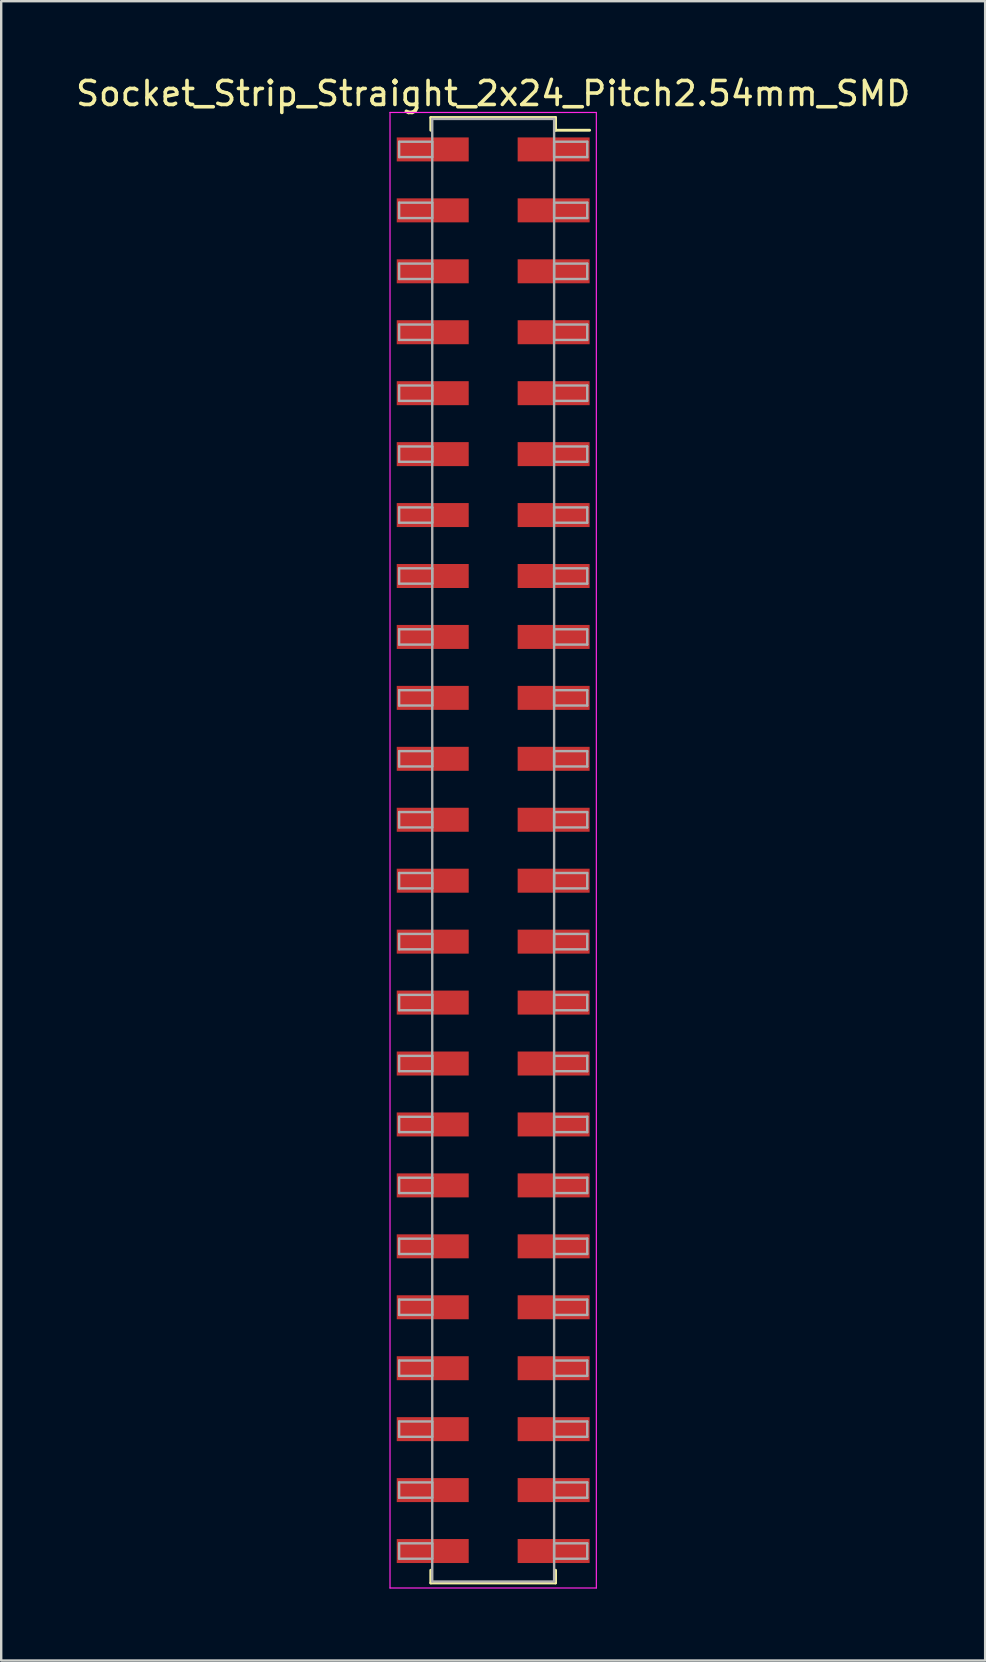
<source format=kicad_pcb>
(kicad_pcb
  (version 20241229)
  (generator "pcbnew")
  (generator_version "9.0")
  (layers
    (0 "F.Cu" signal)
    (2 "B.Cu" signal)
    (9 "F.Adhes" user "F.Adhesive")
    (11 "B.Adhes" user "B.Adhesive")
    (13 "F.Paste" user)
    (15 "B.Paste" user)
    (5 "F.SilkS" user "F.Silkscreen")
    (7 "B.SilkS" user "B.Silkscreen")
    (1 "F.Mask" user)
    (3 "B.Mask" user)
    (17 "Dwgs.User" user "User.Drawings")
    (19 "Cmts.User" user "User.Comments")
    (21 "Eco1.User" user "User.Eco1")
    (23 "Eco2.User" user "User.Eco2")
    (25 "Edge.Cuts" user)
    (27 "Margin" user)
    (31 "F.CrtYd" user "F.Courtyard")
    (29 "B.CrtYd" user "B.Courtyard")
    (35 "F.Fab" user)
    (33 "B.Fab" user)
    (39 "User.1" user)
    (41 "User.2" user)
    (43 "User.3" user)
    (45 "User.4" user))
  (footprint "Socket_Strip_Straight_2x24_Pitch2.54mm_SMD"
    (layer "F.Cu")
    (at 17.506 32.388)
    (property "Reference" "Socket_Strip_Straight_2x24_Pitch2.54mm_SMD" (at 0 -31.54 0) (layer "F.SilkS") (effects (font (size 1 1) (thickness 0.15))))
    (attr smd)
    (fp_line (start -2.6 -30.54) (end 2.6 -30.54) (stroke (width 0.12) (type solid)) (layer "F.SilkS"))
    (fp_line (start -2.6 -30.01) (end -2.6 -30.54) (stroke (width 0.12) (type solid)) (layer "F.SilkS"))
    (fp_line (start -2.6 30.01) (end -2.6 30.54) (stroke (width 0.12) (type solid)) (layer "F.SilkS"))
    (fp_line (start -2.6 30.54) (end 2.6 30.54) (stroke (width 0.12) (type solid)) (layer "F.SilkS"))
    (fp_line (start 2.6 -30.54) (end 2.6 -30.01) (stroke (width 0.12) (type solid)) (layer "F.SilkS"))
    (fp_line (start 2.6 30.54) (end 2.6 30.01) (stroke (width 0.12) (type solid)) (layer "F.SilkS"))
    (fp_line (start 4.02 -30.01) (end 2.6 -30.01) (stroke (width 0.12) (type solid)) (layer "F.SilkS"))
    (fp_line (start -4.3 -30.75) (end -4.3 30.75) (stroke (width 0.05) (type solid)) (layer "F.CrtYd"))
    (fp_line (start -4.3 30.75) (end 4.3 30.75) (stroke (width 0.05) (type solid)) (layer "F.CrtYd"))
    (fp_line (start 4.3 -30.75) (end -4.3 -30.75) (stroke (width 0.05) (type solid)) (layer "F.CrtYd"))
    (fp_line (start 4.3 30.75) (end 4.3 -30.75) (stroke (width 0.05) (type solid)) (layer "F.CrtYd"))
    (fp_line (start -3.92 -29.53) (end -2.54 -29.53) (stroke (width 0.1) (type solid)) (layer "F.Fab"))
    (fp_line (start -3.92 -28.89) (end -3.92 -29.53) (stroke (width 0.1) (type solid)) (layer "F.Fab"))
    (fp_line (start -3.92 -26.99) (end -2.54 -26.99) (stroke (width 0.1) (type solid)) (layer "F.Fab"))
    (fp_line (start -3.92 -26.35) (end -3.92 -26.99) (stroke (width 0.1) (type solid)) (layer "F.Fab"))
    (fp_line (start -3.92 -24.45) (end -2.54 -24.45) (stroke (width 0.1) (type solid)) (layer "F.Fab"))
    (fp_line (start -3.92 -23.81) (end -3.92 -24.45) (stroke (width 0.1) (type solid)) (layer "F.Fab"))
    (fp_line (start -3.92 -21.91) (end -2.54 -21.91) (stroke (width 0.1) (type solid)) (layer "F.Fab"))
    (fp_line (start -3.92 -21.27) (end -3.92 -21.91) (stroke (width 0.1) (type solid)) (layer "F.Fab"))
    (fp_line (start -3.92 -19.37) (end -2.54 -19.37) (stroke (width 0.1) (type solid)) (layer "F.Fab"))
    (fp_line (start -3.92 -18.73) (end -3.92 -19.37) (stroke (width 0.1) (type solid)) (layer "F.Fab"))
    (fp_line (start -3.92 -16.83) (end -2.54 -16.83) (stroke (width 0.1) (type solid)) (layer "F.Fab"))
    (fp_line (start -3.92 -16.19) (end -3.92 -16.83) (stroke (width 0.1) (type solid)) (layer "F.Fab"))
    (fp_line (start -3.92 -14.29) (end -2.54 -14.29) (stroke (width 0.1) (type solid)) (layer "F.Fab"))
    (fp_line (start -3.92 -13.65) (end -3.92 -14.29) (stroke (width 0.1) (type solid)) (layer "F.Fab"))
    (fp_line (start -3.92 -11.75) (end -2.54 -11.75) (stroke (width 0.1) (type solid)) (layer "F.Fab"))
    (fp_line (start -3.92 -11.11) (end -3.92 -11.75) (stroke (width 0.1) (type solid)) (layer "F.Fab"))
    (fp_line (start -3.92 -9.21) (end -2.54 -9.21) (stroke (width 0.1) (type solid)) (layer "F.Fab"))
    (fp_line (start -3.92 -8.57) (end -3.92 -9.21) (stroke (width 0.1) (type solid)) (layer "F.Fab"))
    (fp_line (start -3.92 -6.67) (end -2.54 -6.67) (stroke (width 0.1) (type solid)) (layer "F.Fab"))
    (fp_line (start -3.92 -6.03) (end -3.92 -6.67) (stroke (width 0.1) (type solid)) (layer "F.Fab"))
    (fp_line (start -3.92 -4.13) (end -2.54 -4.13) (stroke (width 0.1) (type solid)) (layer "F.Fab"))
    (fp_line (start -3.92 -3.49) (end -3.92 -4.13) (stroke (width 0.1) (type solid)) (layer "F.Fab"))
    (fp_line (start -3.92 -1.59) (end -2.54 -1.59) (stroke (width 0.1) (type solid)) (layer "F.Fab"))
    (fp_line (start -3.92 -0.95) (end -3.92 -1.59) (stroke (width 0.1) (type solid)) (layer "F.Fab"))
    (fp_line (start -3.92 0.95) (end -2.54 0.95) (stroke (width 0.1) (type solid)) (layer "F.Fab"))
    (fp_line (start -3.92 1.59) (end -3.92 0.95) (stroke (width 0.1) (type solid)) (layer "F.Fab"))
    (fp_line (start -3.92 3.49) (end -2.54 3.49) (stroke (width 0.1) (type solid)) (layer "F.Fab"))
    (fp_line (start -3.92 4.13) (end -3.92 3.49) (stroke (width 0.1) (type solid)) (layer "F.Fab"))
    (fp_line (start -3.92 6.03) (end -2.54 6.03) (stroke (width 0.1) (type solid)) (layer "F.Fab"))
    (fp_line (start -3.92 6.67) (end -3.92 6.03) (stroke (width 0.1) (type solid)) (layer "F.Fab"))
    (fp_line (start -3.92 8.57) (end -2.54 8.57) (stroke (width 0.1) (type solid)) (layer "F.Fab"))
    (fp_line (start -3.92 9.21) (end -3.92 8.57) (stroke (width 0.1) (type solid)) (layer "F.Fab"))
    (fp_line (start -3.92 11.11) (end -2.54 11.11) (stroke (width 0.1) (type solid)) (layer "F.Fab"))
    (fp_line (start -3.92 11.75) (end -3.92 11.11) (stroke (width 0.1) (type solid)) (layer "F.Fab"))
    (fp_line (start -3.92 13.65) (end -2.54 13.65) (stroke (width 0.1) (type solid)) (layer "F.Fab"))
    (fp_line (start -3.92 14.29) (end -3.92 13.65) (stroke (width 0.1) (type solid)) (layer "F.Fab"))
    (fp_line (start -3.92 16.19) (end -2.54 16.19) (stroke (width 0.1) (type solid)) (layer "F.Fab"))
    (fp_line (start -3.92 16.83) (end -3.92 16.19) (stroke (width 0.1) (type solid)) (layer "F.Fab"))
    (fp_line (start -3.92 18.73) (end -2.54 18.73) (stroke (width 0.1) (type solid)) (layer "F.Fab"))
    (fp_line (start -3.92 19.37) (end -3.92 18.73) (stroke (width 0.1) (type solid)) (layer "F.Fab"))
    (fp_line (start -3.92 21.27) (end -2.54 21.27) (stroke (width 0.1) (type solid)) (layer "F.Fab"))
    (fp_line (start -3.92 21.91) (end -3.92 21.27) (stroke (width 0.1) (type solid)) (layer "F.Fab"))
    (fp_line (start -3.92 23.81) (end -2.54 23.81) (stroke (width 0.1) (type solid)) (layer "F.Fab"))
    (fp_line (start -3.92 24.45) (end -3.92 23.81) (stroke (width 0.1) (type solid)) (layer "F.Fab"))
    (fp_line (start -3.92 26.35) (end -2.54 26.35) (stroke (width 0.1) (type solid)) (layer "F.Fab"))
    (fp_line (start -3.92 26.99) (end -3.92 26.35) (stroke (width 0.1) (type solid)) (layer "F.Fab"))
    (fp_line (start -3.92 28.89) (end -2.54 28.89) (stroke (width 0.1) (type solid)) (layer "F.Fab"))
    (fp_line (start -3.92 29.53) (end -3.92 28.89) (stroke (width 0.1) (type solid)) (layer "F.Fab"))
    (fp_line (start -2.54 -30.48) (end -2.54 30.48) (stroke (width 0.1) (type solid)) (layer "F.Fab"))
    (fp_line (start -2.54 -29.53) (end -2.54 -28.89) (stroke (width 0.1) (type solid)) (layer "F.Fab"))
    (fp_line (start -2.54 -28.89) (end -3.92 -28.89) (stroke (width 0.1) (type solid)) (layer "F.Fab"))
    (fp_line (start -2.54 -26.99) (end -2.54 -26.35) (stroke (width 0.1) (type solid)) (layer "F.Fab"))
    (fp_line (start -2.54 -26.35) (end -3.92 -26.35) (stroke (width 0.1) (type solid)) (layer "F.Fab"))
    (fp_line (start -2.54 -24.45) (end -2.54 -23.81) (stroke (width 0.1) (type solid)) (layer "F.Fab"))
    (fp_line (start -2.54 -23.81) (end -3.92 -23.81) (stroke (width 0.1) (type solid)) (layer "F.Fab"))
    (fp_line (start -2.54 -21.91) (end -2.54 -21.27) (stroke (width 0.1) (type solid)) (layer "F.Fab"))
    (fp_line (start -2.54 -21.27) (end -3.92 -21.27) (stroke (width 0.1) (type solid)) (layer "F.Fab"))
    (fp_line (start -2.54 -19.37) (end -2.54 -18.73) (stroke (width 0.1) (type solid)) (layer "F.Fab"))
    (fp_line (start -2.54 -18.73) (end -3.92 -18.73) (stroke (width 0.1) (type solid)) (layer "F.Fab"))
    (fp_line (start -2.54 -16.83) (end -2.54 -16.19) (stroke (width 0.1) (type solid)) (layer "F.Fab"))
    (fp_line (start -2.54 -16.19) (end -3.92 -16.19) (stroke (width 0.1) (type solid)) (layer "F.Fab"))
    (fp_line (start -2.54 -14.29) (end -2.54 -13.65) (stroke (width 0.1) (type solid)) (layer "F.Fab"))
    (fp_line (start -2.54 -13.65) (end -3.92 -13.65) (stroke (width 0.1) (type solid)) (layer "F.Fab"))
    (fp_line (start -2.54 -11.75) (end -2.54 -11.11) (stroke (width 0.1) (type solid)) (layer "F.Fab"))
    (fp_line (start -2.54 -11.11) (end -3.92 -11.11) (stroke (width 0.1) (type solid)) (layer "F.Fab"))
    (fp_line (start -2.54 -9.21) (end -2.54 -8.57) (stroke (width 0.1) (type solid)) (layer "F.Fab"))
    (fp_line (start -2.54 -8.57) (end -3.92 -8.57) (stroke (width 0.1) (type solid)) (layer "F.Fab"))
    (fp_line (start -2.54 -6.67) (end -2.54 -6.03) (stroke (width 0.1) (type solid)) (layer "F.Fab"))
    (fp_line (start -2.54 -6.03) (end -3.92 -6.03) (stroke (width 0.1) (type solid)) (layer "F.Fab"))
    (fp_line (start -2.54 -4.13) (end -2.54 -3.49) (stroke (width 0.1) (type solid)) (layer "F.Fab"))
    (fp_line (start -2.54 -3.49) (end -3.92 -3.49) (stroke (width 0.1) (type solid)) (layer "F.Fab"))
    (fp_line (start -2.54 -1.59) (end -2.54 -0.95) (stroke (width 0.1) (type solid)) (layer "F.Fab"))
    (fp_line (start -2.54 -0.95) (end -3.92 -0.95) (stroke (width 0.1) (type solid)) (layer "F.Fab"))
    (fp_line (start -2.54 0.95) (end -2.54 1.59) (stroke (width 0.1) (type solid)) (layer "F.Fab"))
    (fp_line (start -2.54 1.59) (end -3.92 1.59) (stroke (width 0.1) (type solid)) (layer "F.Fab"))
    (fp_line (start -2.54 3.49) (end -2.54 4.13) (stroke (width 0.1) (type solid)) (layer "F.Fab"))
    (fp_line (start -2.54 4.13) (end -3.92 4.13) (stroke (width 0.1) (type solid)) (layer "F.Fab"))
    (fp_line (start -2.54 6.03) (end -2.54 6.67) (stroke (width 0.1) (type solid)) (layer "F.Fab"))
    (fp_line (start -2.54 6.67) (end -3.92 6.67) (stroke (width 0.1) (type solid)) (layer "F.Fab"))
    (fp_line (start -2.54 8.57) (end -2.54 9.21) (stroke (width 0.1) (type solid)) (layer "F.Fab"))
    (fp_line (start -2.54 9.21) (end -3.92 9.21) (stroke (width 0.1) (type solid)) (layer "F.Fab"))
    (fp_line (start -2.54 11.11) (end -2.54 11.75) (stroke (width 0.1) (type solid)) (layer "F.Fab"))
    (fp_line (start -2.54 11.75) (end -3.92 11.75) (stroke (width 0.1) (type solid)) (layer "F.Fab"))
    (fp_line (start -2.54 13.65) (end -2.54 14.29) (stroke (width 0.1) (type solid)) (layer "F.Fab"))
    (fp_line (start -2.54 14.29) (end -3.92 14.29) (stroke (width 0.1) (type solid)) (layer "F.Fab"))
    (fp_line (start -2.54 16.19) (end -2.54 16.83) (stroke (width 0.1) (type solid)) (layer "F.Fab"))
    (fp_line (start -2.54 16.83) (end -3.92 16.83) (stroke (width 0.1) (type solid)) (layer "F.Fab"))
    (fp_line (start -2.54 18.73) (end -2.54 19.37) (stroke (width 0.1) (type solid)) (layer "F.Fab"))
    (fp_line (start -2.54 19.37) (end -3.92 19.37) (stroke (width 0.1) (type solid)) (layer "F.Fab"))
    (fp_line (start -2.54 21.27) (end -2.54 21.91) (stroke (width 0.1) (type solid)) (layer "F.Fab"))
    (fp_line (start -2.54 21.91) (end -3.92 21.91) (stroke (width 0.1) (type solid)) (layer "F.Fab"))
    (fp_line (start -2.54 23.81) (end -2.54 24.45) (stroke (width 0.1) (type solid)) (layer "F.Fab"))
    (fp_line (start -2.54 24.45) (end -3.92 24.45) (stroke (width 0.1) (type solid)) (layer "F.Fab"))
    (fp_line (start -2.54 26.35) (end -2.54 26.99) (stroke (width 0.1) (type solid)) (layer "F.Fab"))
    (fp_line (start -2.54 26.99) (end -3.92 26.99) (stroke (width 0.1) (type solid)) (layer "F.Fab"))
    (fp_line (start -2.54 28.89) (end -2.54 29.53) (stroke (width 0.1) (type solid)) (layer "F.Fab"))
    (fp_line (start -2.54 29.53) (end -3.92 29.53) (stroke (width 0.1) (type solid)) (layer "F.Fab"))
    (fp_line (start -2.54 30.48) (end 2.54 30.48) (stroke (width 0.1) (type solid)) (layer "F.Fab"))
    (fp_line (start 2.54 -30.48) (end -2.54 -30.48) (stroke (width 0.1) (type solid)) (layer "F.Fab"))
    (fp_line (start 2.54 -29.53) (end 2.54 -28.89) (stroke (width 0.1) (type solid)) (layer "F.Fab"))
    (fp_line (start 2.54 -28.89) (end 3.92 -28.89) (stroke (width 0.1) (type solid)) (layer "F.Fab"))
    (fp_line (start 2.54 -26.99) (end 2.54 -26.35) (stroke (width 0.1) (type solid)) (layer "F.Fab"))
    (fp_line (start 2.54 -26.35) (end 3.92 -26.35) (stroke (width 0.1) (type solid)) (layer "F.Fab"))
    (fp_line (start 2.54 -24.45) (end 2.54 -23.81) (stroke (width 0.1) (type solid)) (layer "F.Fab"))
    (fp_line (start 2.54 -23.81) (end 3.92 -23.81) (stroke (width 0.1) (type solid)) (layer "F.Fab"))
    (fp_line (start 2.54 -21.91) (end 2.54 -21.27) (stroke (width 0.1) (type solid)) (layer "F.Fab"))
    (fp_line (start 2.54 -21.27) (end 3.92 -21.27) (stroke (width 0.1) (type solid)) (layer "F.Fab"))
    (fp_line (start 2.54 -19.37) (end 2.54 -18.73) (stroke (width 0.1) (type solid)) (layer "F.Fab"))
    (fp_line (start 2.54 -18.73) (end 3.92 -18.73) (stroke (width 0.1) (type solid)) (layer "F.Fab"))
    (fp_line (start 2.54 -16.83) (end 2.54 -16.19) (stroke (width 0.1) (type solid)) (layer "F.Fab"))
    (fp_line (start 2.54 -16.19) (end 3.92 -16.19) (stroke (width 0.1) (type solid)) (layer "F.Fab"))
    (fp_line (start 2.54 -14.29) (end 2.54 -13.65) (stroke (width 0.1) (type solid)) (layer "F.Fab"))
    (fp_line (start 2.54 -13.65) (end 3.92 -13.65) (stroke (width 0.1) (type solid)) (layer "F.Fab"))
    (fp_line (start 2.54 -11.75) (end 2.54 -11.11) (stroke (width 0.1) (type solid)) (layer "F.Fab"))
    (fp_line (start 2.54 -11.11) (end 3.92 -11.11) (stroke (width 0.1) (type solid)) (layer "F.Fab"))
    (fp_line (start 2.54 -9.21) (end 2.54 -8.57) (stroke (width 0.1) (type solid)) (layer "F.Fab"))
    (fp_line (start 2.54 -8.57) (end 3.92 -8.57) (stroke (width 0.1) (type solid)) (layer "F.Fab"))
    (fp_line (start 2.54 -6.67) (end 2.54 -6.03) (stroke (width 0.1) (type solid)) (layer "F.Fab"))
    (fp_line (start 2.54 -6.03) (end 3.92 -6.03) (stroke (width 0.1) (type solid)) (layer "F.Fab"))
    (fp_line (start 2.54 -4.13) (end 2.54 -3.49) (stroke (width 0.1) (type solid)) (layer "F.Fab"))
    (fp_line (start 2.54 -3.49) (end 3.92 -3.49) (stroke (width 0.1) (type solid)) (layer "F.Fab"))
    (fp_line (start 2.54 -1.59) (end 2.54 -0.95) (stroke (width 0.1) (type solid)) (layer "F.Fab"))
    (fp_line (start 2.54 -0.95) (end 3.92 -0.95) (stroke (width 0.1) (type solid)) (layer "F.Fab"))
    (fp_line (start 2.54 0.95) (end 2.54 1.59) (stroke (width 0.1) (type solid)) (layer "F.Fab"))
    (fp_line (start 2.54 1.59) (end 3.92 1.59) (stroke (width 0.1) (type solid)) (layer "F.Fab"))
    (fp_line (start 2.54 3.49) (end 2.54 4.13) (stroke (width 0.1) (type solid)) (layer "F.Fab"))
    (fp_line (start 2.54 4.13) (end 3.92 4.13) (stroke (width 0.1) (type solid)) (layer "F.Fab"))
    (fp_line (start 2.54 6.03) (end 2.54 6.67) (stroke (width 0.1) (type solid)) (layer "F.Fab"))
    (fp_line (start 2.54 6.67) (end 3.92 6.67) (stroke (width 0.1) (type solid)) (layer "F.Fab"))
    (fp_line (start 2.54 8.57) (end 2.54 9.21) (stroke (width 0.1) (type solid)) (layer "F.Fab"))
    (fp_line (start 2.54 9.21) (end 3.92 9.21) (stroke (width 0.1) (type solid)) (layer "F.Fab"))
    (fp_line (start 2.54 11.11) (end 2.54 11.75) (stroke (width 0.1) (type solid)) (layer "F.Fab"))
    (fp_line (start 2.54 11.75) (end 3.92 11.75) (stroke (width 0.1) (type solid)) (layer "F.Fab"))
    (fp_line (start 2.54 13.65) (end 2.54 14.29) (stroke (width 0.1) (type solid)) (layer "F.Fab"))
    (fp_line (start 2.54 14.29) (end 3.92 14.29) (stroke (width 0.1) (type solid)) (layer "F.Fab"))
    (fp_line (start 2.54 16.19) (end 2.54 16.83) (stroke (width 0.1) (type solid)) (layer "F.Fab"))
    (fp_line (start 2.54 16.83) (end 3.92 16.83) (stroke (width 0.1) (type solid)) (layer "F.Fab"))
    (fp_line (start 2.54 18.73) (end 2.54 19.37) (stroke (width 0.1) (type solid)) (layer "F.Fab"))
    (fp_line (start 2.54 19.37) (end 3.92 19.37) (stroke (width 0.1) (type solid)) (layer "F.Fab"))
    (fp_line (start 2.54 21.27) (end 2.54 21.91) (stroke (width 0.1) (type solid)) (layer "F.Fab"))
    (fp_line (start 2.54 21.91) (end 3.92 21.91) (stroke (width 0.1) (type solid)) (layer "F.Fab"))
    (fp_line (start 2.54 23.81) (end 2.54 24.45) (stroke (width 0.1) (type solid)) (layer "F.Fab"))
    (fp_line (start 2.54 24.45) (end 3.92 24.45) (stroke (width 0.1) (type solid)) (layer "F.Fab"))
    (fp_line (start 2.54 26.35) (end 2.54 26.99) (stroke (width 0.1) (type solid)) (layer "F.Fab"))
    (fp_line (start 2.54 26.99) (end 3.92 26.99) (stroke (width 0.1) (type solid)) (layer "F.Fab"))
    (fp_line (start 2.54 28.89) (end 2.54 29.53) (stroke (width 0.1) (type solid)) (layer "F.Fab"))
    (fp_line (start 2.54 29.53) (end 3.92 29.53) (stroke (width 0.1) (type solid)) (layer "F.Fab"))
    (fp_line (start 2.54 30.48) (end 2.54 -30.48) (stroke (width 0.1) (type solid)) (layer "F.Fab"))
    (fp_line (start 3.92 -29.53) (end 2.54 -29.53) (stroke (width 0.1) (type solid)) (layer "F.Fab"))
    (fp_line (start 3.92 -28.89) (end 3.92 -29.53) (stroke (width 0.1) (type solid)) (layer "F.Fab"))
    (fp_line (start 3.92 -26.99) (end 2.54 -26.99) (stroke (width 0.1) (type solid)) (layer "F.Fab"))
    (fp_line (start 3.92 -26.35) (end 3.92 -26.99) (stroke (width 0.1) (type solid)) (layer "F.Fab"))
    (fp_line (start 3.92 -24.45) (end 2.54 -24.45) (stroke (width 0.1) (type solid)) (layer "F.Fab"))
    (fp_line (start 3.92 -23.81) (end 3.92 -24.45) (stroke (width 0.1) (type solid)) (layer "F.Fab"))
    (fp_line (start 3.92 -21.91) (end 2.54 -21.91) (stroke (width 0.1) (type solid)) (layer "F.Fab"))
    (fp_line (start 3.92 -21.27) (end 3.92 -21.91) (stroke (width 0.1) (type solid)) (layer "F.Fab"))
    (fp_line (start 3.92 -19.37) (end 2.54 -19.37) (stroke (width 0.1) (type solid)) (layer "F.Fab"))
    (fp_line (start 3.92 -18.73) (end 3.92 -19.37) (stroke (width 0.1) (type solid)) (layer "F.Fab"))
    (fp_line (start 3.92 -16.83) (end 2.54 -16.83) (stroke (width 0.1) (type solid)) (layer "F.Fab"))
    (fp_line (start 3.92 -16.19) (end 3.92 -16.83) (stroke (width 0.1) (type solid)) (layer "F.Fab"))
    (fp_line (start 3.92 -14.29) (end 2.54 -14.29) (stroke (width 0.1) (type solid)) (layer "F.Fab"))
    (fp_line (start 3.92 -13.65) (end 3.92 -14.29) (stroke (width 0.1) (type solid)) (layer "F.Fab"))
    (fp_line (start 3.92 -11.75) (end 2.54 -11.75) (stroke (width 0.1) (type solid)) (layer "F.Fab"))
    (fp_line (start 3.92 -11.11) (end 3.92 -11.75) (stroke (width 0.1) (type solid)) (layer "F.Fab"))
    (fp_line (start 3.92 -9.21) (end 2.54 -9.21) (stroke (width 0.1) (type solid)) (layer "F.Fab"))
    (fp_line (start 3.92 -8.57) (end 3.92 -9.21) (stroke (width 0.1) (type solid)) (layer "F.Fab"))
    (fp_line (start 3.92 -6.67) (end 2.54 -6.67) (stroke (width 0.1) (type solid)) (layer "F.Fab"))
    (fp_line (start 3.92 -6.03) (end 3.92 -6.67) (stroke (width 0.1) (type solid)) (layer "F.Fab"))
    (fp_line (start 3.92 -4.13) (end 2.54 -4.13) (stroke (width 0.1) (type solid)) (layer "F.Fab"))
    (fp_line (start 3.92 -3.49) (end 3.92 -4.13) (stroke (width 0.1) (type solid)) (layer "F.Fab"))
    (fp_line (start 3.92 -1.59) (end 2.54 -1.59) (stroke (width 0.1) (type solid)) (layer "F.Fab"))
    (fp_line (start 3.92 -0.95) (end 3.92 -1.59) (stroke (width 0.1) (type solid)) (layer "F.Fab"))
    (fp_line (start 3.92 0.95) (end 2.54 0.95) (stroke (width 0.1) (type solid)) (layer "F.Fab"))
    (fp_line (start 3.92 1.59) (end 3.92 0.95) (stroke (width 0.1) (type solid)) (layer "F.Fab"))
    (fp_line (start 3.92 3.49) (end 2.54 3.49) (stroke (width 0.1) (type solid)) (layer "F.Fab"))
    (fp_line (start 3.92 4.13) (end 3.92 3.49) (stroke (width 0.1) (type solid)) (layer "F.Fab"))
    (fp_line (start 3.92 6.03) (end 2.54 6.03) (stroke (width 0.1) (type solid)) (layer "F.Fab"))
    (fp_line (start 3.92 6.67) (end 3.92 6.03) (stroke (width 0.1) (type solid)) (layer "F.Fab"))
    (fp_line (start 3.92 8.57) (end 2.54 8.57) (stroke (width 0.1) (type solid)) (layer "F.Fab"))
    (fp_line (start 3.92 9.21) (end 3.92 8.57) (stroke (width 0.1) (type solid)) (layer "F.Fab"))
    (fp_line (start 3.92 11.11) (end 2.54 11.11) (stroke (width 0.1) (type solid)) (layer "F.Fab"))
    (fp_line (start 3.92 11.75) (end 3.92 11.11) (stroke (width 0.1) (type solid)) (layer "F.Fab"))
    (fp_line (start 3.92 13.65) (end 2.54 13.65) (stroke (width 0.1) (type solid)) (layer "F.Fab"))
    (fp_line (start 3.92 14.29) (end 3.92 13.65) (stroke (width 0.1) (type solid)) (layer "F.Fab"))
    (fp_line (start 3.92 16.19) (end 2.54 16.19) (stroke (width 0.1) (type solid)) (layer "F.Fab"))
    (fp_line (start 3.92 16.83) (end 3.92 16.19) (stroke (width 0.1) (type solid)) (layer "F.Fab"))
    (fp_line (start 3.92 18.73) (end 2.54 18.73) (stroke (width 0.1) (type solid)) (layer "F.Fab"))
    (fp_line (start 3.92 19.37) (end 3.92 18.73) (stroke (width 0.1) (type solid)) (layer "F.Fab"))
    (fp_line (start 3.92 21.27) (end 2.54 21.27) (stroke (width 0.1) (type solid)) (layer "F.Fab"))
    (fp_line (start 3.92 21.91) (end 3.92 21.27) (stroke (width 0.1) (type solid)) (layer "F.Fab"))
    (fp_line (start 3.92 23.81) (end 2.54 23.81) (stroke (width 0.1) (type solid)) (layer "F.Fab"))
    (fp_line (start 3.92 24.45) (end 3.92 23.81) (stroke (width 0.1) (type solid)) (layer "F.Fab"))
    (fp_line (start 3.92 26.35) (end 2.54 26.35) (stroke (width 0.1) (type solid)) (layer "F.Fab"))
    (fp_line (start 3.92 26.99) (end 3.92 26.35) (stroke (width 0.1) (type solid)) (layer "F.Fab"))
    (fp_line (start 3.92 28.89) (end 2.54 28.89) (stroke (width 0.1) (type solid)) (layer "F.Fab"))
    (fp_line (start 3.92 29.53) (end 3.92 28.89) (stroke (width 0.1) (type solid)) (layer "F.Fab"))
    (pad "1" smd rect (at 2.52 -29.21) (size 3 1) (layers "F.Cu" "F.Mask"))
    (pad "2" smd rect (at -2.52 -29.21) (size 3 1) (layers "F.Cu" "F.Mask"))
    (pad "3" smd rect (at 2.52 -26.67) (size 3 1) (layers "F.Cu" "F.Mask"))
    (pad "4" smd rect (at -2.52 -26.67) (size 3 1) (layers "F.Cu" "F.Mask"))
    (pad "5" smd rect (at 2.52 -24.13) (size 3 1) (layers "F.Cu" "F.Mask"))
    (pad "6" smd rect (at -2.52 -24.13) (size 3 1) (layers "F.Cu" "F.Mask"))
    (pad "7" smd rect (at 2.52 -21.59) (size 3 1) (layers "F.Cu" "F.Mask"))
    (pad "8" smd rect (at -2.52 -21.59) (size 3 1) (layers "F.Cu" "F.Mask"))
    (pad "9" smd rect (at 2.52 -19.05) (size 3 1) (layers "F.Cu" "F.Mask"))
    (pad "10" smd rect (at -2.52 -19.05) (size 3 1) (layers "F.Cu" "F.Mask"))
    (pad "11" smd rect (at 2.52 -16.51) (size 3 1) (layers "F.Cu" "F.Mask"))
    (pad "12" smd rect (at -2.52 -16.51) (size 3 1) (layers "F.Cu" "F.Mask"))
    (pad "13" smd rect (at 2.52 -13.97) (size 3 1) (layers "F.Cu" "F.Mask"))
    (pad "14" smd rect (at -2.52 -13.97) (size 3 1) (layers "F.Cu" "F.Mask"))
    (pad "15" smd rect (at 2.52 -11.43) (size 3 1) (layers "F.Cu" "F.Mask"))
    (pad "16" smd rect (at -2.52 -11.43) (size 3 1) (layers "F.Cu" "F.Mask"))
    (pad "17" smd rect (at 2.52 -8.89) (size 3 1) (layers "F.Cu" "F.Mask"))
    (pad "18" smd rect (at -2.52 -8.89) (size 3 1) (layers "F.Cu" "F.Mask"))
    (pad "19" smd rect (at 2.52 -6.35) (size 3 1) (layers "F.Cu" "F.Mask"))
    (pad "20" smd rect (at -2.52 -6.35) (size 3 1) (layers "F.Cu" "F.Mask"))
    (pad "21" smd rect (at 2.52 -3.81) (size 3 1) (layers "F.Cu" "F.Mask"))
    (pad "22" smd rect (at -2.52 -3.81) (size 3 1) (layers "F.Cu" "F.Mask"))
    (pad "23" smd rect (at 2.52 -1.27) (size 3 1) (layers "F.Cu" "F.Mask"))
    (pad "24" smd rect (at -2.52 -1.27) (size 3 1) (layers "F.Cu" "F.Mask"))
    (pad "25" smd rect (at 2.52 1.27) (size 3 1) (layers "F.Cu" "F.Mask"))
    (pad "26" smd rect (at -2.52 1.27) (size 3 1) (layers "F.Cu" "F.Mask"))
    (pad "27" smd rect (at 2.52 3.81) (size 3 1) (layers "F.Cu" "F.Mask"))
    (pad "28" smd rect (at -2.52 3.81) (size 3 1) (layers "F.Cu" "F.Mask"))
    (pad "29" smd rect (at 2.52 6.35) (size 3 1) (layers "F.Cu" "F.Mask"))
    (pad "30" smd rect (at -2.52 6.35) (size 3 1) (layers "F.Cu" "F.Mask"))
    (pad "31" smd rect (at 2.52 8.89) (size 3 1) (layers "F.Cu" "F.Mask"))
    (pad "32" smd rect (at -2.52 8.89) (size 3 1) (layers "F.Cu" "F.Mask"))
    (pad "33" smd rect (at 2.52 11.43) (size 3 1) (layers "F.Cu" "F.Mask"))
    (pad "34" smd rect (at -2.52 11.43) (size 3 1) (layers "F.Cu" "F.Mask"))
    (pad "35" smd rect (at 2.52 13.97) (size 3 1) (layers "F.Cu" "F.Mask"))
    (pad "36" smd rect (at -2.52 13.97) (size 3 1) (layers "F.Cu" "F.Mask"))
    (pad "37" smd rect (at 2.52 16.51) (size 3 1) (layers "F.Cu" "F.Mask"))
    (pad "38" smd rect (at -2.52 16.51) (size 3 1) (layers "F.Cu" "F.Mask"))
    (pad "39" smd rect (at 2.52 19.05) (size 3 1) (layers "F.Cu" "F.Mask"))
    (pad "40" smd rect (at -2.52 19.05) (size 3 1) (layers "F.Cu" "F.Mask"))
    (pad "41" smd rect (at 2.52 21.59) (size 3 1) (layers "F.Cu" "F.Mask"))
    (pad "42" smd rect (at -2.52 21.59) (size 3 1) (layers "F.Cu" "F.Mask"))
    (pad "43" smd rect (at 2.52 24.13) (size 3 1) (layers "F.Cu" "F.Mask"))
    (pad "44" smd rect (at -2.52 24.13) (size 3 1) (layers "F.Cu" "F.Mask"))
    (pad "45" smd rect (at 2.52 26.67) (size 3 1) (layers "F.Cu" "F.Mask"))
    (pad "46" smd rect (at -2.52 26.67) (size 3 1) (layers "F.Cu" "F.Mask"))
    (pad "47" smd rect (at 2.52 29.21) (size 3 1) (layers "F.Cu" "F.Mask"))
    (pad "48" smd rect (at -2.52 29.21) (size 3 1) (layers "F.Cu" "F.Mask")))
  (gr_rect
    (start -3 -3)
    (end 38.012 66.163)
    (stroke (width 0.1) (type default))
    (fill no)
    (layer "Edge.Cuts")))
</source>
